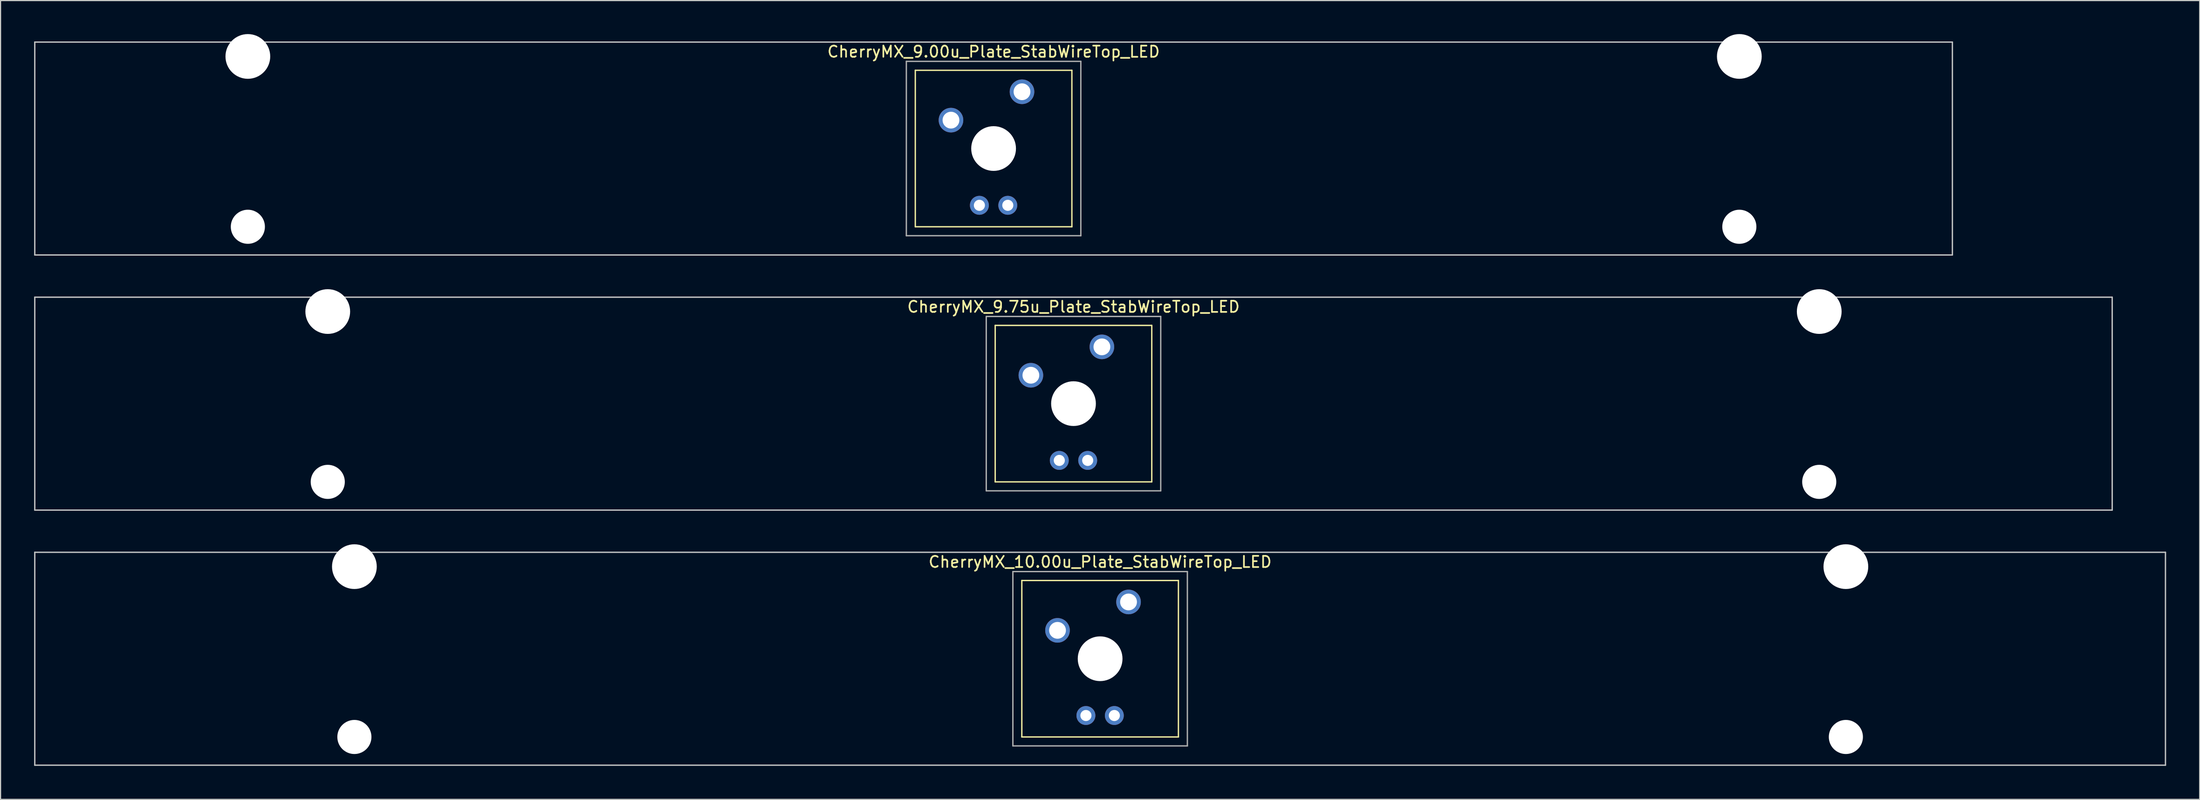
<source format=kicad_pcb>
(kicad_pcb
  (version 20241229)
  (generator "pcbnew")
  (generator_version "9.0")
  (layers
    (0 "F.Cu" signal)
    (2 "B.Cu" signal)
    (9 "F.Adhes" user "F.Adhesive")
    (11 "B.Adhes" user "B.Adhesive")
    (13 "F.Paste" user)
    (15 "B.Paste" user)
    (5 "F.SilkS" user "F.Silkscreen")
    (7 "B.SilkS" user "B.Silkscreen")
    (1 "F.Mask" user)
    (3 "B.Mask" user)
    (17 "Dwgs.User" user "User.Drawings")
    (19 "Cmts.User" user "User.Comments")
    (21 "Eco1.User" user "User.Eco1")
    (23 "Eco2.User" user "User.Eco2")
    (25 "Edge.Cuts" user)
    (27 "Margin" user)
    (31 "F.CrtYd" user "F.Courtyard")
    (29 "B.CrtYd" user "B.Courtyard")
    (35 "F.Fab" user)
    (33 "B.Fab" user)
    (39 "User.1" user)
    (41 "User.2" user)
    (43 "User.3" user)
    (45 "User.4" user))
  (footprint "CherryMX_9.75u_Plate_StabWireTop_LED"
    (layer "F.Cu")
    (at 92.929 33.065)
    (property "Reference" "CherryMX_9.75u_Plate_StabWireTop_LED" (at 0 -8.662 0) (layer "F.SilkS") (effects (font (size 1 1) (thickness 0.15))))
    (attr through_hole)
    (fp_line (start -7 -7) (end -7 7) (stroke (width 0.12) (type solid)) (layer "F.SilkS"))
    (fp_line (start -7 -7) (end 7 -7) (stroke (width 0.12) (type solid)) (layer "F.SilkS"))
    (fp_line (start 7 -7) (end 7 7) (stroke (width 0.12) (type solid)) (layer "F.SilkS"))
    (fp_line (start 7 7) (end -7 7) (stroke (width 0.12) (type solid)) (layer "F.SilkS"))
    (fp_line (start -92.869 -9.525) (end 92.869 -9.525) (stroke (width 0.12) (type solid)) (layer "Dwgs.User"))
    (fp_line (start -92.869 9.525) (end -92.869 -9.525) (stroke (width 0.12) (type solid)) (layer "Dwgs.User"))
    (fp_line (start 92.869 -9.525) (end 92.869 9.525) (stroke (width 0.12) (type solid)) (layer "Dwgs.User"))
    (fp_line (start 92.869 9.525) (end -92.869 9.525) (stroke (width 0.12) (type solid)) (layer "Dwgs.User"))
    (fp_line (start -7.8 -7.8) (end -7.8 7.8) (stroke (width 0.12) (type solid)) (layer "F.Fab"))
    (fp_line (start -7.8 -7.8) (end 7.8 -7.8) (stroke (width 0.12) (type solid)) (layer "F.Fab"))
    (fp_line (start -7.8 7.8) (end 7.8 7.8) (stroke (width 0.12) (type solid)) (layer "F.Fab"))
    (fp_line (start 7.8 -7.8) (end 7.8 7.8) (stroke (width 0.12) (type solid)) (layer "F.Fab"))
    (pad "" np_thru_hole circle (at -66.675 -8.24) (size 4 4) (drill 4) (layers "*.Cu" "*.Mask"))
    (pad "" np_thru_hole circle (at -66.675 7) (size 3.05 3.05) (drill 3.05) (layers "*.Cu" "*.Mask"))
    (pad "" np_thru_hole circle (at 0 0) (size 4 4) (drill 4) (layers "*.Cu" "*.Mask"))
    (pad "" np_thru_hole circle (at 66.675 -8.24) (size 4 4) (drill 4) (layers "*.Cu" "*.Mask"))
    (pad "" np_thru_hole circle (at 66.675 7) (size 3.05 3.05) (drill 3.05) (layers "*.Cu" "*.Mask"))
    (pad "1" thru_hole circle (at -3.81 -2.54) (size 2.2 2.2) (drill 1.5) (layers "*.Cu" "*.Mask"))
    (pad "2" thru_hole circle (at 2.54 -5.08) (size 2.2 2.2) (drill 1.5) (layers "*.Cu" "*.Mask"))
    (pad "3" thru_hole circle (at -1.27 5.08) (size 1.691 1.691) (drill 0.991) (layers "*.Cu" "*.Mask"))
    (pad "4" thru_hole circle (at 1.27 5.08) (size 1.691 1.691) (drill 0.991) (layers "*.Cu" "*.Mask")))
  (footprint "CherryMX_9.00u_Plate_StabWireTop_LED"
    (layer "F.Cu")
    (at 85.785 10.24)
    (property "Reference" "CherryMX_9.00u_Plate_StabWireTop_LED" (at 0 -8.662 0) (layer "F.SilkS") (effects (font (size 1 1) (thickness 0.15))))
    (attr through_hole)
    (fp_line (start -7 -7) (end -7 7) (stroke (width 0.12) (type solid)) (layer "F.SilkS"))
    (fp_line (start -7 -7) (end 7 -7) (stroke (width 0.12) (type solid)) (layer "F.SilkS"))
    (fp_line (start 7 -7) (end 7 7) (stroke (width 0.12) (type solid)) (layer "F.SilkS"))
    (fp_line (start 7 7) (end -7 7) (stroke (width 0.12) (type solid)) (layer "F.SilkS"))
    (fp_line (start -85.725 -9.525) (end 85.725 -9.525) (stroke (width 0.12) (type solid)) (layer "Dwgs.User"))
    (fp_line (start -85.725 9.525) (end -85.725 -9.525) (stroke (width 0.12) (type solid)) (layer "Dwgs.User"))
    (fp_line (start 85.725 -9.525) (end 85.725 9.525) (stroke (width 0.12) (type solid)) (layer "Dwgs.User"))
    (fp_line (start 85.725 9.525) (end -85.725 9.525) (stroke (width 0.12) (type solid)) (layer "Dwgs.User"))
    (fp_line (start -7.8 -7.8) (end -7.8 7.8) (stroke (width 0.12) (type solid)) (layer "F.Fab"))
    (fp_line (start -7.8 -7.8) (end 7.8 -7.8) (stroke (width 0.12) (type solid)) (layer "F.Fab"))
    (fp_line (start -7.8 7.8) (end 7.8 7.8) (stroke (width 0.12) (type solid)) (layer "F.Fab"))
    (fp_line (start 7.8 -7.8) (end 7.8 7.8) (stroke (width 0.12) (type solid)) (layer "F.Fab"))
    (pad "" np_thru_hole circle (at -66.675 -8.24) (size 4 4) (drill 4) (layers "*.Cu" "*.Mask"))
    (pad "" np_thru_hole circle (at -66.675 7) (size 3.05 3.05) (drill 3.05) (layers "*.Cu" "*.Mask"))
    (pad "" np_thru_hole circle (at 0 0) (size 4 4) (drill 4) (layers "*.Cu" "*.Mask"))
    (pad "" np_thru_hole circle (at 66.675 -8.24) (size 4 4) (drill 4) (layers "*.Cu" "*.Mask"))
    (pad "" np_thru_hole circle (at 66.675 7) (size 3.05 3.05) (drill 3.05) (layers "*.Cu" "*.Mask"))
    (pad "1" thru_hole circle (at -3.81 -2.54) (size 2.2 2.2) (drill 1.5) (layers "*.Cu" "*.Mask"))
    (pad "2" thru_hole circle (at 2.54 -5.08) (size 2.2 2.2) (drill 1.5) (layers "*.Cu" "*.Mask"))
    (pad "3" thru_hole circle (at -1.27 5.08) (size 1.691 1.691) (drill 0.991) (layers "*.Cu" "*.Mask"))
    (pad "4" thru_hole circle (at 1.27 5.08) (size 1.691 1.691) (drill 0.991) (layers "*.Cu" "*.Mask")))
  (footprint "CherryMX_10.00u_Plate_StabWireTop_LED"
    (layer "F.Cu")
    (at 95.31 55.89)
    (property "Reference" "CherryMX_10.00u_Plate_StabWireTop_LED" (at 0 -8.662 0) (layer "F.SilkS") (effects (font (size 1 1) (thickness 0.15))))
    (attr through_hole)
    (fp_line (start -7 -7) (end -7 7) (stroke (width 0.12) (type solid)) (layer "F.SilkS"))
    (fp_line (start -7 -7) (end 7 -7) (stroke (width 0.12) (type solid)) (layer "F.SilkS"))
    (fp_line (start 7 -7) (end 7 7) (stroke (width 0.12) (type solid)) (layer "F.SilkS"))
    (fp_line (start 7 7) (end -7 7) (stroke (width 0.12) (type solid)) (layer "F.SilkS"))
    (fp_line (start -95.25 -9.525) (end 95.25 -9.525) (stroke (width 0.12) (type solid)) (layer "Dwgs.User"))
    (fp_line (start -95.25 9.525) (end -95.25 -9.525) (stroke (width 0.12) (type solid)) (layer "Dwgs.User"))
    (fp_line (start 95.25 -9.525) (end 95.25 9.525) (stroke (width 0.12) (type solid)) (layer "Dwgs.User"))
    (fp_line (start 95.25 9.525) (end -95.25 9.525) (stroke (width 0.12) (type solid)) (layer "Dwgs.User"))
    (fp_line (start -7.8 -7.8) (end -7.8 7.8) (stroke (width 0.12) (type solid)) (layer "F.Fab"))
    (fp_line (start -7.8 -7.8) (end 7.8 -7.8) (stroke (width 0.12) (type solid)) (layer "F.Fab"))
    (fp_line (start -7.8 7.8) (end 7.8 7.8) (stroke (width 0.12) (type solid)) (layer "F.Fab"))
    (fp_line (start 7.8 -7.8) (end 7.8 7.8) (stroke (width 0.12) (type solid)) (layer "F.Fab"))
    (pad "" np_thru_hole circle (at -66.675 -8.24) (size 4 4) (drill 4) (layers "*.Cu" "*.Mask"))
    (pad "" np_thru_hole circle (at -66.675 7) (size 3.05 3.05) (drill 3.05) (layers "*.Cu" "*.Mask"))
    (pad "" np_thru_hole circle (at 0 0) (size 4 4) (drill 4) (layers "*.Cu" "*.Mask"))
    (pad "" np_thru_hole circle (at 66.675 -8.24) (size 4 4) (drill 4) (layers "*.Cu" "*.Mask"))
    (pad "" np_thru_hole circle (at 66.675 7) (size 3.05 3.05) (drill 3.05) (layers "*.Cu" "*.Mask"))
    (pad "1" thru_hole circle (at -3.81 -2.54) (size 2.2 2.2) (drill 1.5) (layers "*.Cu" "*.Mask"))
    (pad "2" thru_hole circle (at 2.54 -5.08) (size 2.2 2.2) (drill 1.5) (layers "*.Cu" "*.Mask"))
    (pad "3" thru_hole circle (at -1.27 5.08) (size 1.691 1.691) (drill 0.991) (layers "*.Cu" "*.Mask"))
    (pad "4" thru_hole circle (at 1.27 5.08) (size 1.691 1.691) (drill 0.991) (layers "*.Cu" "*.Mask")))
  (gr_rect
    (start -3 -3)
    (end 193.62 68.475)
    (stroke (width 0.1) (type default))
    (fill no)
    (layer "Edge.Cuts")))
</source>
